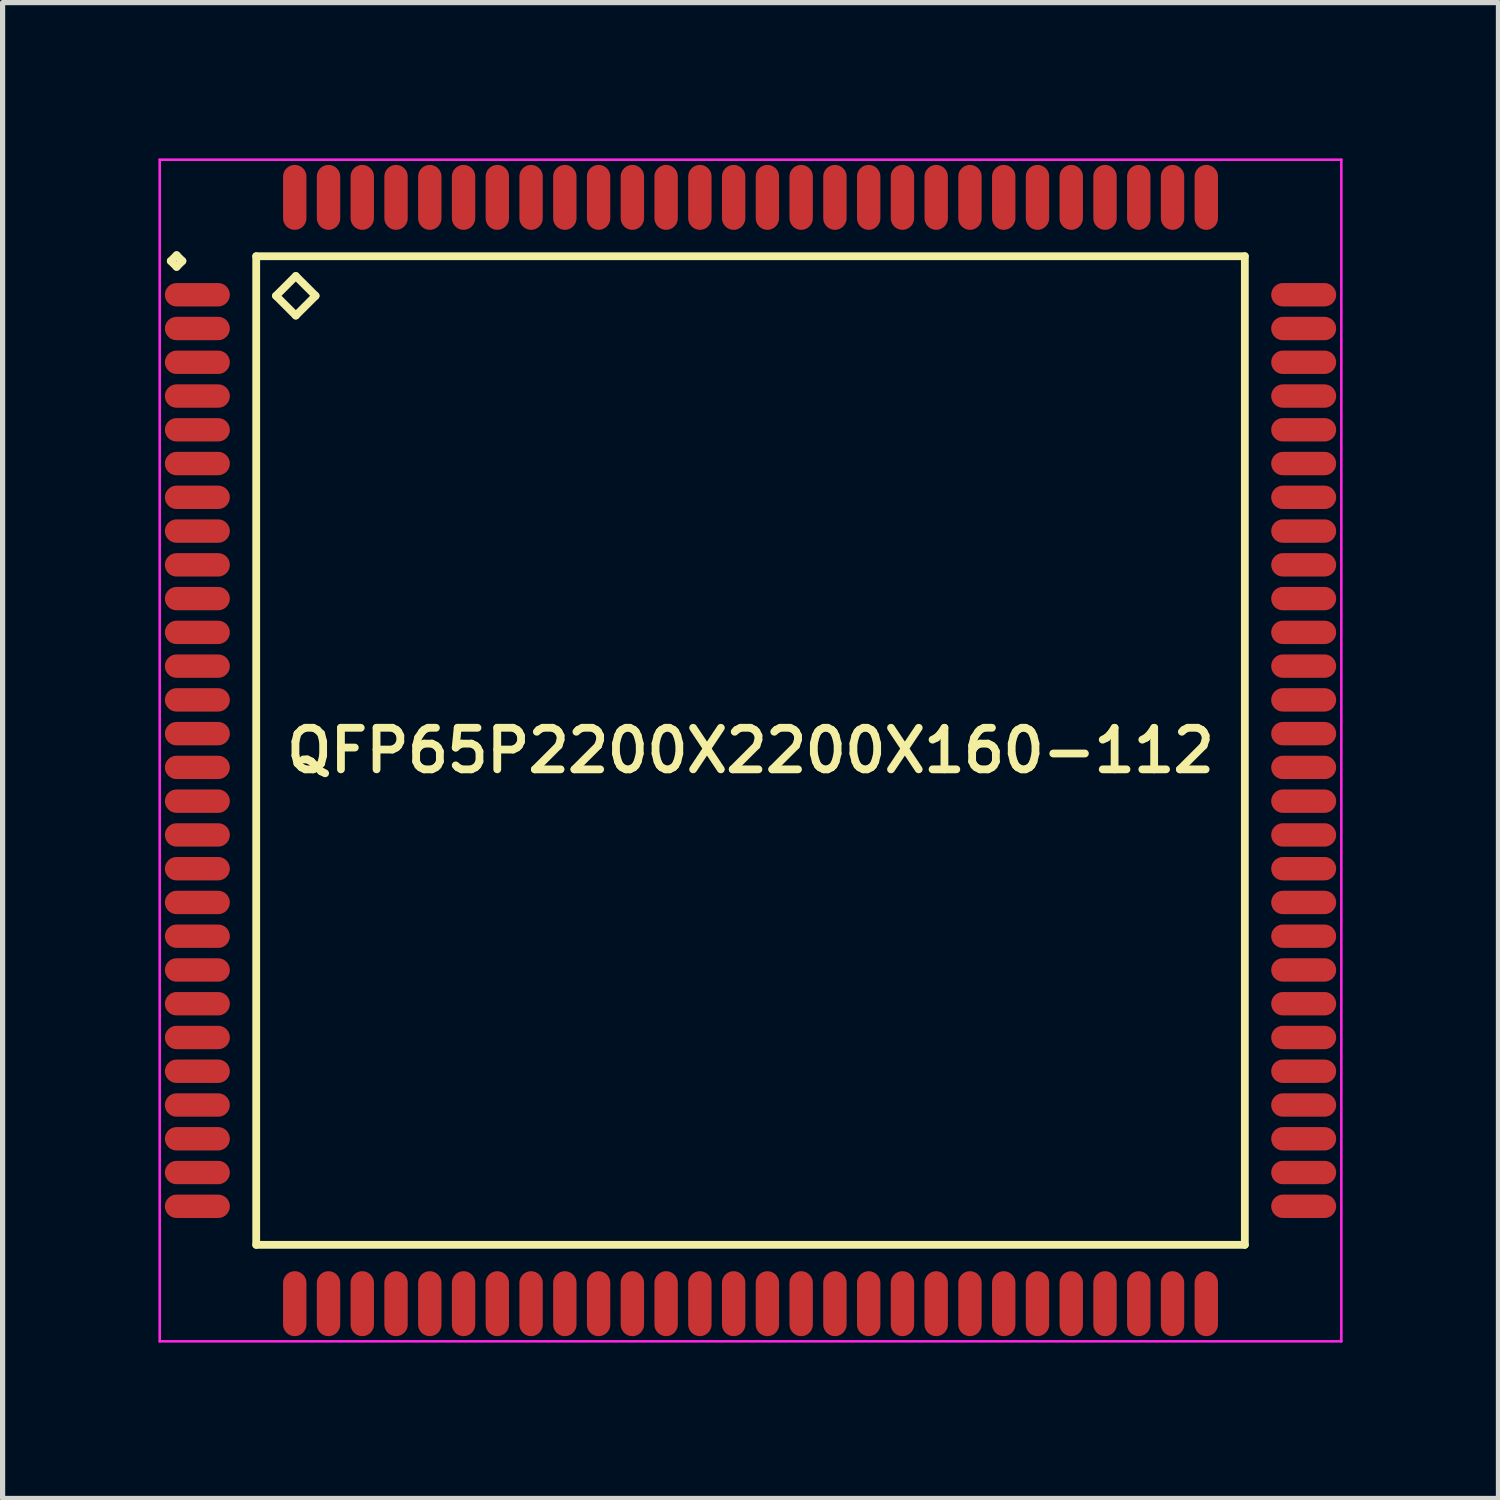
<source format=kicad_pcb>
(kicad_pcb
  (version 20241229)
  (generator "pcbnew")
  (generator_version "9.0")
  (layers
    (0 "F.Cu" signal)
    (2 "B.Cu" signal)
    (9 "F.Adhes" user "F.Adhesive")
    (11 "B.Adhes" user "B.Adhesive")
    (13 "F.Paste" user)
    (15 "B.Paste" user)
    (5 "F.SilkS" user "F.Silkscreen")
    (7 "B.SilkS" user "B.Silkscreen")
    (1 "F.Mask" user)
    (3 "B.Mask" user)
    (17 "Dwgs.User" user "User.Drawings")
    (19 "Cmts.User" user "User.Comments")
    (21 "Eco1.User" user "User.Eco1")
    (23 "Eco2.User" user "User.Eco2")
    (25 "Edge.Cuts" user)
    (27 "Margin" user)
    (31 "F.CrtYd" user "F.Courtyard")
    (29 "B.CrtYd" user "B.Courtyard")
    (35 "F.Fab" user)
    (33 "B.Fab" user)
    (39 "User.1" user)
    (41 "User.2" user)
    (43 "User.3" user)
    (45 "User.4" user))
  (footprint "QFP65P2200X2200X160-112"
    (layer "F.Cu")
    (at 11.4 11.4)
    (property "Reference" "QFP65P2200X2200X160-112" (at 0 0 0) (layer "F.SilkS") (effects (font (size 0.8 0.8) (thickness 0.15))))
    (attr smd)
    (fp_line (start -11.162 -9.425) (end -11.05 -9.537) (stroke (width 0.15) (type solid)) (layer "F.SilkS"))
    (fp_line (start -11.05 -9.537) (end -10.938 -9.425) (stroke (width 0.15) (type solid)) (layer "F.SilkS"))
    (fp_line (start -11.05 -9.312) (end -11.162 -9.425) (stroke (width 0.15) (type solid)) (layer "F.SilkS"))
    (fp_line (start -10.938 -9.425) (end -11.05 -9.312) (stroke (width 0.15) (type solid)) (layer "F.SilkS"))
    (fp_line (start -9.517 -9.517) (end -9.517 9.517) (stroke (width 0.15) (type solid)) (layer "F.SilkS"))
    (fp_line (start -9.517 9.517) (end 9.517 9.517) (stroke (width 0.15) (type solid)) (layer "F.SilkS"))
    (fp_line (start -9.136 -8.755) (end -8.755 -9.136) (stroke (width 0.15) (type solid)) (layer "F.SilkS"))
    (fp_line (start -8.755 -9.136) (end -8.374 -8.755) (stroke (width 0.15) (type solid)) (layer "F.SilkS"))
    (fp_line (start -8.755 -8.374) (end -9.136 -8.755) (stroke (width 0.15) (type solid)) (layer "F.SilkS"))
    (fp_line (start -8.374 -8.755) (end -8.755 -8.374) (stroke (width 0.15) (type solid)) (layer "F.SilkS"))
    (fp_line (start 9.517 -9.517) (end -9.517 -9.517) (stroke (width 0.15) (type solid)) (layer "F.SilkS"))
    (fp_line (start 9.517 9.517) (end 9.517 -9.517) (stroke (width 0.15) (type solid)) (layer "F.SilkS"))
    (fp_line (start -11.375 -11.375) (end 11.375 -11.375) (stroke (width 0.05) (type solid)) (layer "F.CrtYd"))
    (fp_line (start -11.375 11.375) (end -11.375 -11.375) (stroke (width 0.05) (type solid)) (layer "F.CrtYd"))
    (fp_line (start 11.375 -11.375) (end 11.375 11.375) (stroke (width 0.05) (type solid)) (layer "F.CrtYd"))
    (fp_line (start 11.375 11.375) (end -11.375 11.375) (stroke (width 0.05) (type solid)) (layer "F.CrtYd"))
    (pad "1" smd oval (at -10.65 -8.775) (size 1.25 0.45) (layers "F.Cu" "F.Mask" "F.Paste"))
    (pad "2" smd oval (at -10.65 -8.125) (size 1.25 0.45) (layers "F.Cu" "F.Mask" "F.Paste"))
    (pad "3" smd oval (at -10.65 -7.475) (size 1.25 0.45) (layers "F.Cu" "F.Mask" "F.Paste"))
    (pad "4" smd oval (at -10.65 -6.825) (size 1.25 0.45) (layers "F.Cu" "F.Mask" "F.Paste"))
    (pad "5" smd oval (at -10.65 -6.175) (size 1.25 0.45) (layers "F.Cu" "F.Mask" "F.Paste"))
    (pad "6" smd oval (at -10.65 -5.525) (size 1.25 0.45) (layers "F.Cu" "F.Mask" "F.Paste"))
    (pad "7" smd oval (at -10.65 -4.875) (size 1.25 0.45) (layers "F.Cu" "F.Mask" "F.Paste"))
    (pad "8" smd oval (at -10.65 -4.225) (size 1.25 0.45) (layers "F.Cu" "F.Mask" "F.Paste"))
    (pad "9" smd oval (at -10.65 -3.575) (size 1.25 0.45) (layers "F.Cu" "F.Mask" "F.Paste"))
    (pad "10" smd oval (at -10.65 -2.925) (size 1.25 0.45) (layers "F.Cu" "F.Mask" "F.Paste"))
    (pad "11" smd oval (at -10.65 -2.275) (size 1.25 0.45) (layers "F.Cu" "F.Mask" "F.Paste"))
    (pad "12" smd oval (at -10.65 -1.625) (size 1.25 0.45) (layers "F.Cu" "F.Mask" "F.Paste"))
    (pad "13" smd oval (at -10.65 -0.975) (size 1.25 0.45) (layers "F.Cu" "F.Mask" "F.Paste"))
    (pad "14" smd oval (at -10.65 -0.325) (size 1.25 0.45) (layers "F.Cu" "F.Mask" "F.Paste"))
    (pad "15" smd oval (at -10.65 0.325) (size 1.25 0.45) (layers "F.Cu" "F.Mask" "F.Paste"))
    (pad "16" smd oval (at -10.65 0.975) (size 1.25 0.45) (layers "F.Cu" "F.Mask" "F.Paste"))
    (pad "17" smd oval (at -10.65 1.625) (size 1.25 0.45) (layers "F.Cu" "F.Mask" "F.Paste"))
    (pad "18" smd oval (at -10.65 2.275) (size 1.25 0.45) (layers "F.Cu" "F.Mask" "F.Paste"))
    (pad "19" smd oval (at -10.65 2.925) (size 1.25 0.45) (layers "F.Cu" "F.Mask" "F.Paste"))
    (pad "20" smd oval (at -10.65 3.575) (size 1.25 0.45) (layers "F.Cu" "F.Mask" "F.Paste"))
    (pad "21" smd oval (at -10.65 4.225) (size 1.25 0.45) (layers "F.Cu" "F.Mask" "F.Paste"))
    (pad "22" smd oval (at -10.65 4.875) (size 1.25 0.45) (layers "F.Cu" "F.Mask" "F.Paste"))
    (pad "23" smd oval (at -10.65 5.525) (size 1.25 0.45) (layers "F.Cu" "F.Mask" "F.Paste"))
    (pad "24" smd oval (at -10.65 6.175) (size 1.25 0.45) (layers "F.Cu" "F.Mask" "F.Paste"))
    (pad "25" smd oval (at -10.65 6.825) (size 1.25 0.45) (layers "F.Cu" "F.Mask" "F.Paste"))
    (pad "26" smd oval (at -10.65 7.475) (size 1.25 0.45) (layers "F.Cu" "F.Mask" "F.Paste"))
    (pad "27" smd oval (at -10.65 8.125) (size 1.25 0.45) (layers "F.Cu" "F.Mask" "F.Paste"))
    (pad "28" smd oval (at -10.65 8.775) (size 1.25 0.45) (layers "F.Cu" "F.Mask" "F.Paste"))
    (pad "29" smd oval (at -8.775 10.65) (size 0.45 1.25) (layers "F.Cu" "F.Mask" "F.Paste"))
    (pad "30" smd oval (at -8.125 10.65) (size 0.45 1.25) (layers "F.Cu" "F.Mask" "F.Paste"))
    (pad "31" smd oval (at -7.475 10.65) (size 0.45 1.25) (layers "F.Cu" "F.Mask" "F.Paste"))
    (pad "32" smd oval (at -6.825 10.65) (size 0.45 1.25) (layers "F.Cu" "F.Mask" "F.Paste"))
    (pad "33" smd oval (at -6.175 10.65) (size 0.45 1.25) (layers "F.Cu" "F.Mask" "F.Paste"))
    (pad "34" smd oval (at -5.525 10.65) (size 0.45 1.25) (layers "F.Cu" "F.Mask" "F.Paste"))
    (pad "35" smd oval (at -4.875 10.65) (size 0.45 1.25) (layers "F.Cu" "F.Mask" "F.Paste"))
    (pad "36" smd oval (at -4.225 10.65) (size 0.45 1.25) (layers "F.Cu" "F.Mask" "F.Paste"))
    (pad "37" smd oval (at -3.575 10.65) (size 0.45 1.25) (layers "F.Cu" "F.Mask" "F.Paste"))
    (pad "38" smd oval (at -2.925 10.65) (size 0.45 1.25) (layers "F.Cu" "F.Mask" "F.Paste"))
    (pad "39" smd oval (at -2.275 10.65) (size 0.45 1.25) (layers "F.Cu" "F.Mask" "F.Paste"))
    (pad "40" smd oval (at -1.625 10.65) (size 0.45 1.25) (layers "F.Cu" "F.Mask" "F.Paste"))
    (pad "41" smd oval (at -0.975 10.65) (size 0.45 1.25) (layers "F.Cu" "F.Mask" "F.Paste"))
    (pad "42" smd oval (at -0.325 10.65) (size 0.45 1.25) (layers "F.Cu" "F.Mask" "F.Paste"))
    (pad "43" smd oval (at 0.325 10.65) (size 0.45 1.25) (layers "F.Cu" "F.Mask" "F.Paste"))
    (pad "44" smd oval (at 0.975 10.65) (size 0.45 1.25) (layers "F.Cu" "F.Mask" "F.Paste"))
    (pad "45" smd oval (at 1.625 10.65) (size 0.45 1.25) (layers "F.Cu" "F.Mask" "F.Paste"))
    (pad "46" smd oval (at 2.275 10.65) (size 0.45 1.25) (layers "F.Cu" "F.Mask" "F.Paste"))
    (pad "47" smd oval (at 2.925 10.65) (size 0.45 1.25) (layers "F.Cu" "F.Mask" "F.Paste"))
    (pad "48" smd oval (at 3.575 10.65) (size 0.45 1.25) (layers "F.Cu" "F.Mask" "F.Paste"))
    (pad "49" smd oval (at 4.225 10.65) (size 0.45 1.25) (layers "F.Cu" "F.Mask" "F.Paste"))
    (pad "50" smd oval (at 4.875 10.65) (size 0.45 1.25) (layers "F.Cu" "F.Mask" "F.Paste"))
    (pad "51" smd oval (at 5.525 10.65) (size 0.45 1.25) (layers "F.Cu" "F.Mask" "F.Paste"))
    (pad "52" smd oval (at 6.175 10.65) (size 0.45 1.25) (layers "F.Cu" "F.Mask" "F.Paste"))
    (pad "53" smd oval (at 6.825 10.65) (size 0.45 1.25) (layers "F.Cu" "F.Mask" "F.Paste"))
    (pad "54" smd oval (at 7.475 10.65) (size 0.45 1.25) (layers "F.Cu" "F.Mask" "F.Paste"))
    (pad "55" smd oval (at 8.125 10.65) (size 0.45 1.25) (layers "F.Cu" "F.Mask" "F.Paste"))
    (pad "56" smd oval (at 8.775 10.65) (size 0.45 1.25) (layers "F.Cu" "F.Mask" "F.Paste"))
    (pad "57" smd oval (at 10.65 8.775) (size 1.25 0.45) (layers "F.Cu" "F.Mask" "F.Paste"))
    (pad "58" smd oval (at 10.65 8.125) (size 1.25 0.45) (layers "F.Cu" "F.Mask" "F.Paste"))
    (pad "59" smd oval (at 10.65 7.475) (size 1.25 0.45) (layers "F.Cu" "F.Mask" "F.Paste"))
    (pad "60" smd oval (at 10.65 6.825) (size 1.25 0.45) (layers "F.Cu" "F.Mask" "F.Paste"))
    (pad "61" smd oval (at 10.65 6.175) (size 1.25 0.45) (layers "F.Cu" "F.Mask" "F.Paste"))
    (pad "62" smd oval (at 10.65 5.525) (size 1.25 0.45) (layers "F.Cu" "F.Mask" "F.Paste"))
    (pad "63" smd oval (at 10.65 4.875) (size 1.25 0.45) (layers "F.Cu" "F.Mask" "F.Paste"))
    (pad "64" smd oval (at 10.65 4.225) (size 1.25 0.45) (layers "F.Cu" "F.Mask" "F.Paste"))
    (pad "65" smd oval (at 10.65 3.575) (size 1.25 0.45) (layers "F.Cu" "F.Mask" "F.Paste"))
    (pad "66" smd oval (at 10.65 2.925) (size 1.25 0.45) (layers "F.Cu" "F.Mask" "F.Paste"))
    (pad "67" smd oval (at 10.65 2.275) (size 1.25 0.45) (layers "F.Cu" "F.Mask" "F.Paste"))
    (pad "68" smd oval (at 10.65 1.625) (size 1.25 0.45) (layers "F.Cu" "F.Mask" "F.Paste"))
    (pad "69" smd oval (at 10.65 0.975) (size 1.25 0.45) (layers "F.Cu" "F.Mask" "F.Paste"))
    (pad "70" smd oval (at 10.65 0.325) (size 1.25 0.45) (layers "F.Cu" "F.Mask" "F.Paste"))
    (pad "71" smd oval (at 10.65 -0.325) (size 1.25 0.45) (layers "F.Cu" "F.Mask" "F.Paste"))
    (pad "72" smd oval (at 10.65 -0.975) (size 1.25 0.45) (layers "F.Cu" "F.Mask" "F.Paste"))
    (pad "73" smd oval (at 10.65 -1.625) (size 1.25 0.45) (layers "F.Cu" "F.Mask" "F.Paste"))
    (pad "74" smd oval (at 10.65 -2.275) (size 1.25 0.45) (layers "F.Cu" "F.Mask" "F.Paste"))
    (pad "75" smd oval (at 10.65 -2.925) (size 1.25 0.45) (layers "F.Cu" "F.Mask" "F.Paste"))
    (pad "76" smd oval (at 10.65 -3.575) (size 1.25 0.45) (layers "F.Cu" "F.Mask" "F.Paste"))
    (pad "77" smd oval (at 10.65 -4.225) (size 1.25 0.45) (layers "F.Cu" "F.Mask" "F.Paste"))
    (pad "78" smd oval (at 10.65 -4.875) (size 1.25 0.45) (layers "F.Cu" "F.Mask" "F.Paste"))
    (pad "79" smd oval (at 10.65 -5.525) (size 1.25 0.45) (layers "F.Cu" "F.Mask" "F.Paste"))
    (pad "80" smd oval (at 10.65 -6.175) (size 1.25 0.45) (layers "F.Cu" "F.Mask" "F.Paste"))
    (pad "81" smd oval (at 10.65 -6.825) (size 1.25 0.45) (layers "F.Cu" "F.Mask" "F.Paste"))
    (pad "82" smd oval (at 10.65 -7.475) (size 1.25 0.45) (layers "F.Cu" "F.Mask" "F.Paste"))
    (pad "83" smd oval (at 10.65 -8.125) (size 1.25 0.45) (layers "F.Cu" "F.Mask" "F.Paste"))
    (pad "84" smd oval (at 10.65 -8.775) (size 1.25 0.45) (layers "F.Cu" "F.Mask" "F.Paste"))
    (pad "85" smd oval (at 8.775 -10.65) (size 0.45 1.25) (layers "F.Cu" "F.Mask" "F.Paste"))
    (pad "86" smd oval (at 8.125 -10.65) (size 0.45 1.25) (layers "F.Cu" "F.Mask" "F.Paste"))
    (pad "87" smd oval (at 7.475 -10.65) (size 0.45 1.25) (layers "F.Cu" "F.Mask" "F.Paste"))
    (pad "88" smd oval (at 6.825 -10.65) (size 0.45 1.25) (layers "F.Cu" "F.Mask" "F.Paste"))
    (pad "89" smd oval (at 6.175 -10.65) (size 0.45 1.25) (layers "F.Cu" "F.Mask" "F.Paste"))
    (pad "90" smd oval (at 5.525 -10.65) (size 0.45 1.25) (layers "F.Cu" "F.Mask" "F.Paste"))
    (pad "91" smd oval (at 4.875 -10.65) (size 0.45 1.25) (layers "F.Cu" "F.Mask" "F.Paste"))
    (pad "92" smd oval (at 4.225 -10.65) (size 0.45 1.25) (layers "F.Cu" "F.Mask" "F.Paste"))
    (pad "93" smd oval (at 3.575 -10.65) (size 0.45 1.25) (layers "F.Cu" "F.Mask" "F.Paste"))
    (pad "94" smd oval (at 2.925 -10.65) (size 0.45 1.25) (layers "F.Cu" "F.Mask" "F.Paste"))
    (pad "95" smd oval (at 2.275 -10.65) (size 0.45 1.25) (layers "F.Cu" "F.Mask" "F.Paste"))
    (pad "96" smd oval (at 1.625 -10.65) (size 0.45 1.25) (layers "F.Cu" "F.Mask" "F.Paste"))
    (pad "97" smd oval (at 0.975 -10.65) (size 0.45 1.25) (layers "F.Cu" "F.Mask" "F.Paste"))
    (pad "98" smd oval (at 0.325 -10.65) (size 0.45 1.25) (layers "F.Cu" "F.Mask" "F.Paste"))
    (pad "99" smd oval (at -0.325 -10.65) (size 0.45 1.25) (layers "F.Cu" "F.Mask" "F.Paste"))
    (pad "100" smd oval (at -0.975 -10.65) (size 0.45 1.25) (layers "F.Cu" "F.Mask" "F.Paste"))
    (pad "101" smd oval (at -1.625 -10.65) (size 0.45 1.25) (layers "F.Cu" "F.Mask" "F.Paste"))
    (pad "102" smd oval (at -2.275 -10.65) (size 0.45 1.25) (layers "F.Cu" "F.Mask" "F.Paste"))
    (pad "103" smd oval (at -2.925 -10.65) (size 0.45 1.25) (layers "F.Cu" "F.Mask" "F.Paste"))
    (pad "104" smd oval (at -3.575 -10.65) (size 0.45 1.25) (layers "F.Cu" "F.Mask" "F.Paste"))
    (pad "105" smd oval (at -4.225 -10.65) (size 0.45 1.25) (layers "F.Cu" "F.Mask" "F.Paste"))
    (pad "106" smd oval (at -4.875 -10.65) (size 0.45 1.25) (layers "F.Cu" "F.Mask" "F.Paste"))
    (pad "107" smd oval (at -5.525 -10.65) (size 0.45 1.25) (layers "F.Cu" "F.Mask" "F.Paste"))
    (pad "108" smd oval (at -6.175 -10.65) (size 0.45 1.25) (layers "F.Cu" "F.Mask" "F.Paste"))
    (pad "109" smd oval (at -6.825 -10.65) (size 0.45 1.25) (layers "F.Cu" "F.Mask" "F.Paste"))
    (pad "110" smd oval (at -7.475 -10.65) (size 0.45 1.25) (layers "F.Cu" "F.Mask" "F.Paste"))
    (pad "111" smd oval (at -8.125 -10.65) (size 0.45 1.25) (layers "F.Cu" "F.Mask" "F.Paste"))
    (pad "112" smd oval (at -8.775 -10.65) (size 0.45 1.25) (layers "F.Cu" "F.Mask" "F.Paste")))
  (gr_rect
    (start -3 -3)
    (end 25.8 25.8)
    (stroke (width 0.1) (type default))
    (fill no)
    (layer "Edge.Cuts")))
</source>
